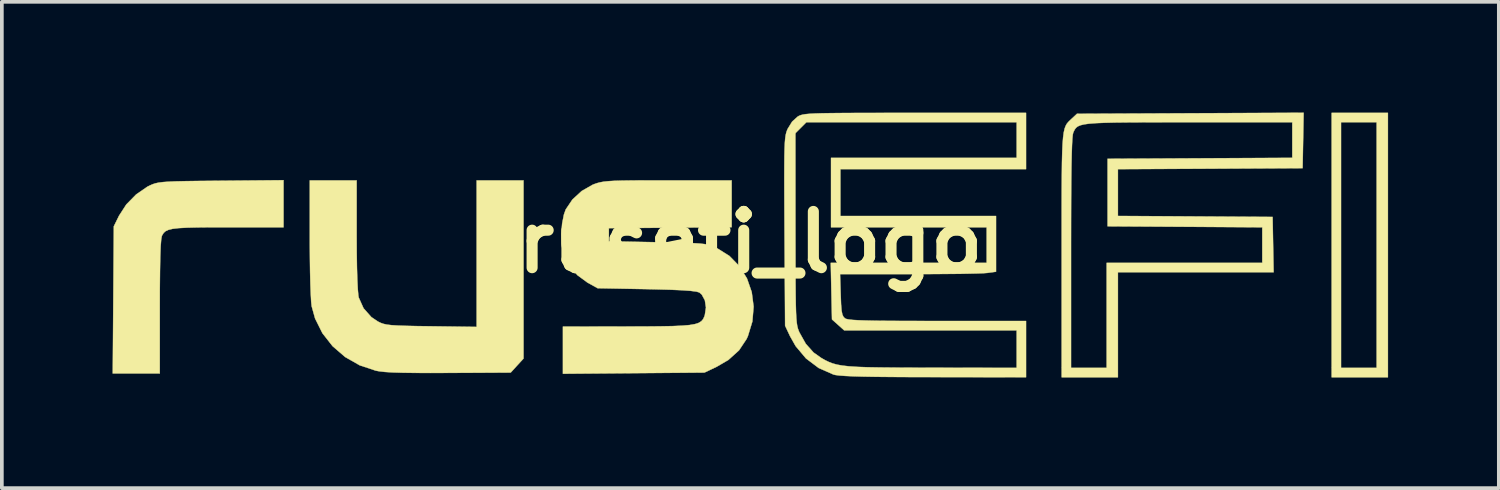
<source format=kicad_pcb>
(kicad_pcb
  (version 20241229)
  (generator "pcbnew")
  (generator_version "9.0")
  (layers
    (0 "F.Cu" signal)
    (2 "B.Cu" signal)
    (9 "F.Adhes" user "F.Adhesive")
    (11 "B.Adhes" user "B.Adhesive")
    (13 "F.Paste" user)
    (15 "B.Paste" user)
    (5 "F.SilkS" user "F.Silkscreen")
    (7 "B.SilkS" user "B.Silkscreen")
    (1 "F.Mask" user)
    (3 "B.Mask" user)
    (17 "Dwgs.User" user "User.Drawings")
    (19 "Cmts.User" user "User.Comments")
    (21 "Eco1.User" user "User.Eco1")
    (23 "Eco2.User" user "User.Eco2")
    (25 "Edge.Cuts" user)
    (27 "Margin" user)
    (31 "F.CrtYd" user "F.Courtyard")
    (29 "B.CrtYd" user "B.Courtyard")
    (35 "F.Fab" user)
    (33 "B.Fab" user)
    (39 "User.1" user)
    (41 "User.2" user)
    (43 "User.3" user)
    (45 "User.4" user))
  (footprint "rusefi_logo"
    (layer "F.Cu")
    (at 17.281 3.513)
    (property "Reference" "rusefi_logo" (at 0 0 0) (layer "F.SilkS") (effects (font (size 1.524 1.524) (thickness 0.3))))
    (attr through_hole)
    (fp_poly (pts (xy 17.272 3.658) (xy 15.748 3.658) (xy 15.748 -3.251) (xy 16.002 -3.251) (xy 16.002 3.404) (xy 16.967 3.404) (xy 16.967 -3.251) (xy 16.002 -3.251) (xy 15.748 -3.251) (xy 15.748 -3.505) (xy 17.272 -3.505) (xy 17.272 3.658)) (stroke (width 0.01) (type solid)) (fill yes) (layer "F.SilkS"))
    (fp_poly (pts (xy -12.649 -0.406) (xy -14.145 -0.406) (xy -14.607 -0.406) (xy -14.977 -0.402) (xy -15.268 -0.395) (xy -15.489 -0.383) (xy -15.652 -0.364) (xy -15.767 -0.336) (xy -15.845 -0.3) (xy -15.898 -0.252) (xy -15.935 -0.192) (xy -15.946 -0.17) (xy -15.963 -0.079) (xy -15.978 0.108) (xy -15.989 0.392) (xy -15.996 0.775) (xy -16.001 1.257) (xy -16.002 1.755) (xy -16.002 3.556) (xy -17.276 3.556) (xy -17.247 -0.432) (xy -17.106 -0.718) (xy -16.909 -1.023) (xy -16.642 -1.295) (xy -16.339 -1.504) (xy -16.265 -1.541) (xy -16.196 -1.571) (xy -16.124 -1.595) (xy -16.037 -1.614) (xy -15.924 -1.629) (xy -15.774 -1.64) (xy -15.573 -1.649) (xy -15.312 -1.655) (xy -14.977 -1.66) (xy -14.558 -1.664) (xy -14.338 -1.666) (xy -12.649 -1.681) (xy -12.649 -0.406)) (stroke (width 0.01) (type solid)) (fill yes) (layer "F.SilkS"))
    (fp_poly (pts (xy -10.668 -0.191) (xy -10.666 0.276) (xy -10.66 0.682) (xy -10.65 1.018) (xy -10.637 1.276) (xy -10.622 1.445) (xy -10.612 1.499) (xy -10.481 1.79) (xy -10.27 2.028) (xy -10.094 2.147) (xy -10.021 2.183) (xy -9.946 2.21) (xy -9.854 2.231) (xy -9.73 2.246) (xy -9.561 2.257) (xy -9.333 2.265) (xy -9.031 2.272) (xy -8.649 2.277) (xy -7.417 2.294) (xy -7.417 -1.676) (xy -6.147 -1.676) (xy -6.147 3.151) (xy -6.321 3.341) (xy -6.494 3.531) (xy -8.162 3.54) (xy -8.672 3.542) (xy -9.091 3.54) (xy -9.429 3.535) (xy -9.696 3.527) (xy -9.902 3.514) (xy -10.057 3.496) (xy -10.147 3.48) (xy -10.584 3.335) (xy -10.979 3.11) (xy -11.321 2.815) (xy -11.596 2.464) (xy -11.794 2.067) (xy -11.887 1.733) (xy -11.9 1.613) (xy -11.911 1.407) (xy -11.922 1.13) (xy -11.93 0.798) (xy -11.935 0.424) (xy -11.938 0.025) (xy -11.938 -0.109) (xy -11.938 -1.676) (xy -10.668 -1.676) (xy -10.668 -0.191)) (stroke (width 0.01) (type solid)) (fill yes) (layer "F.SilkS"))
    (fp_poly (pts (xy 14.975 -2.757) (xy 14.961 -2.007) (xy 12.459 -1.993) (xy 9.957 -1.98) (xy 9.957 -0.712) (xy 14.148 -0.686) (xy 14.176 0.813) (xy 9.957 0.813) (xy 9.957 3.658) (xy 8.433 3.658) (xy 8.433 0.353) (xy 8.433 0.282) (xy 8.687 0.282) (xy 8.687 3.404) (xy 9.652 3.404) (xy 9.652 0.559) (xy 13.868 0.559) (xy 13.868 -0.405) (xy 11.773 -0.419) (xy 9.677 -0.432) (xy 9.677 -2.261) (xy 14.681 -2.287) (xy 14.681 -3.251) (xy 11.885 -3.251) (xy 11.257 -3.251) (xy 10.723 -3.25) (xy 10.274 -3.248) (xy 9.904 -3.244) (xy 9.603 -3.237) (xy 9.364 -3.227) (xy 9.179 -3.213) (xy 9.041 -3.194) (xy 8.94 -3.169) (xy 8.869 -3.138) (xy 8.821 -3.1) (xy 8.787 -3.054) (xy 8.76 -3) (xy 8.747 -2.973) (xy 8.734 -2.915) (xy 8.722 -2.799) (xy 8.713 -2.622) (xy 8.705 -2.376) (xy 8.698 -2.057) (xy 8.693 -1.66) (xy 8.69 -1.18) (xy 8.688 -0.61) (xy 8.687 0.055) (xy 8.687 0.282) (xy 8.433 0.282) (xy 8.433 -0.322) (xy 8.433 -0.902) (xy 8.434 -1.396) (xy 8.437 -1.812) (xy 8.441 -2.156) (xy 8.448 -2.437) (xy 8.458 -2.662) (xy 8.472 -2.839) (xy 8.49 -2.975) (xy 8.513 -3.078) (xy 8.542 -3.155) (xy 8.576 -3.215) (xy 8.618 -3.264) (xy 8.666 -3.311) (xy 8.711 -3.353) (xy 8.847 -3.48) (xy 11.918 -3.494) (xy 14.989 -3.508) (xy 14.975 -2.757)) (stroke (width 0.01) (type solid)) (fill yes) (layer "F.SilkS"))
    (fp_poly (pts (xy -0.508 -0.408) (xy -2.172 -0.394) (xy -3.835 -0.381) (xy -3.835 -0.025) (xy -2.515 0) (xy -2.113 0.008) (xy -1.8 0.016) (xy -1.56 0.024) (xy -1.379 0.035) (xy -1.243 0.05) (xy -1.139 0.07) (xy -1.051 0.097) (xy -0.967 0.132) (xy -0.907 0.16) (xy -0.569 0.371) (xy -0.296 0.65) (xy -0.093 0.981) (xy 0.036 1.351) (xy 0.087 1.745) (xy 0.053 2.147) (xy -0.068 2.543) (xy -0.103 2.62) (xy -0.308 2.928) (xy -0.599 3.19) (xy -0.911 3.372) (xy -1.245 3.531) (xy -5.08 3.563) (xy -5.08 2.286) (xy -3.365 2.283) (xy -2.857 2.282) (xy -2.441 2.278) (xy -2.107 2.272) (xy -1.845 2.26) (xy -1.646 2.243) (xy -1.499 2.217) (xy -1.396 2.183) (xy -1.327 2.138) (xy -1.28 2.082) (xy -1.248 2.012) (xy -1.235 1.973) (xy -1.204 1.769) (xy -1.234 1.572) (xy -1.318 1.417) (xy -1.387 1.359) (xy -1.466 1.337) (xy -1.621 1.317) (xy -1.857 1.3) (xy -2.181 1.286) (xy -2.598 1.275) (xy -2.819 1.27) (xy -4.14 1.245) (xy -4.416 1.092) (xy -4.69 0.89) (xy -4.914 0.627) (xy -5.063 0.331) (xy -5.083 0.27) (xy -5.119 0.045) (xy -5.124 -0.227) (xy -5.101 -0.506) (xy -5.052 -0.753) (xy -5.004 -0.887) (xy -4.823 -1.156) (xy -4.571 -1.388) (xy -4.279 -1.555) (xy -4.236 -1.573) (xy -4.155 -1.601) (xy -4.072 -1.623) (xy -3.973 -1.641) (xy -3.848 -1.654) (xy -3.685 -1.664) (xy -3.472 -1.67) (xy -3.196 -1.674) (xy -2.847 -1.676) (xy -2.412 -1.676) (xy -2.233 -1.676) (xy -0.508 -1.676) (xy -0.508 -0.408)) (stroke (width 0.01) (type solid)) (fill yes) (layer "F.SilkS"))
    (fp_poly (pts (xy 7.468 -1.981) (xy 2.438 -1.981) (xy 2.438 -0.711) (xy 6.655 -0.711) (xy 6.655 0.799) (xy 6.419 0.831) (xy 6.315 0.839) (xy 6.122 0.846) (xy 5.854 0.852) (xy 5.523 0.857) (xy 5.144 0.86) (xy 4.728 0.863) (xy 4.306 0.864) (xy 2.429 0.864) (xy 2.447 1.427) (xy 2.456 1.679) (xy 2.47 1.85) (xy 2.491 1.958) (xy 2.523 2.024) (xy 2.562 2.062) (xy 2.6 2.079) (xy 2.669 2.093) (xy 2.776 2.105) (xy 2.931 2.114) (xy 3.141 2.121) (xy 3.414 2.127) (xy 3.759 2.13) (xy 4.184 2.132) (xy 4.697 2.133) (xy 5.064 2.134) (xy 7.468 2.134) (xy 7.468 3.658) (xy 4.966 3.654) (xy 4.355 3.653) (xy 3.838 3.65) (xy 3.408 3.646) (xy 3.057 3.64) (xy 2.779 3.632) (xy 2.565 3.622) (xy 2.408 3.61) (xy 2.3 3.596) (xy 2.25 3.584) (xy 1.851 3.408) (xy 1.507 3.149) (xy 1.226 2.815) (xy 1.074 2.546) (xy 0.94 2.261) (xy 0.924 -0.292) (xy 0.921 -0.868) (xy 0.919 -1.351) (xy 0.918 -1.751) (xy 0.919 -2.077) (xy 0.921 -2.337) (xy 0.926 -2.54) (xy 0.933 -2.697) (xy 0.943 -2.815) (xy 0.956 -2.904) (xy 0.968 -2.954) (xy 1.219 -2.954) (xy 1.22 -0.372) (xy 1.221 0.207) (xy 1.222 0.694) (xy 1.223 1.098) (xy 1.226 1.426) (xy 1.23 1.689) (xy 1.236 1.896) (xy 1.244 2.054) (xy 1.255 2.174) (xy 1.268 2.264) (xy 1.285 2.333) (xy 1.305 2.391) (xy 1.324 2.437) (xy 1.5 2.751) (xy 1.71 2.987) (xy 1.916 3.133) (xy 2.02 3.193) (xy 2.121 3.242) (xy 2.226 3.283) (xy 2.347 3.316) (xy 2.492 3.342) (xy 2.672 3.362) (xy 2.897 3.377) (xy 3.176 3.387) (xy 3.519 3.393) (xy 3.936 3.397) (xy 4.437 3.399) (xy 4.915 3.4) (xy 7.214 3.404) (xy 7.214 2.388) (xy 2.542 2.388) (xy 2.376 2.239) (xy 2.21 2.091) (xy 2.193 1.325) (xy 2.177 0.559) (xy 6.401 0.559) (xy 6.401 -0.406) (xy 2.184 -0.406) (xy 2.184 -2.286) (xy 7.214 -2.286) (xy 7.214 -3.251) (xy 4.365 -3.251) (xy 1.516 -3.251) (xy 1.368 -3.103) (xy 1.219 -2.954) (xy 0.968 -2.954) (xy 0.972 -2.972) (xy 0.992 -3.03) (xy 1.01 -3.072) (xy 1.13 -3.267) (xy 1.279 -3.402) (xy 1.317 -3.424) (xy 1.36 -3.442) (xy 1.416 -3.457) (xy 1.494 -3.47) (xy 1.601 -3.48) (xy 1.745 -3.488) (xy 1.934 -3.494) (xy 2.177 -3.498) (xy 2.482 -3.501) (xy 2.856 -3.503) (xy 3.308 -3.504) (xy 3.846 -3.505) (xy 4.458 -3.505) (xy 7.468 -3.505) (xy 7.468 -1.981)) (stroke (width 0.01) (type solid)) (fill yes) (layer "F.SilkS")))
  (gr_rect
    (start -3 -3)
    (end 37.558 10.175)
    (stroke (width 0.1) (type default))
    (fill no)
    (layer "Edge.Cuts")))
</source>
